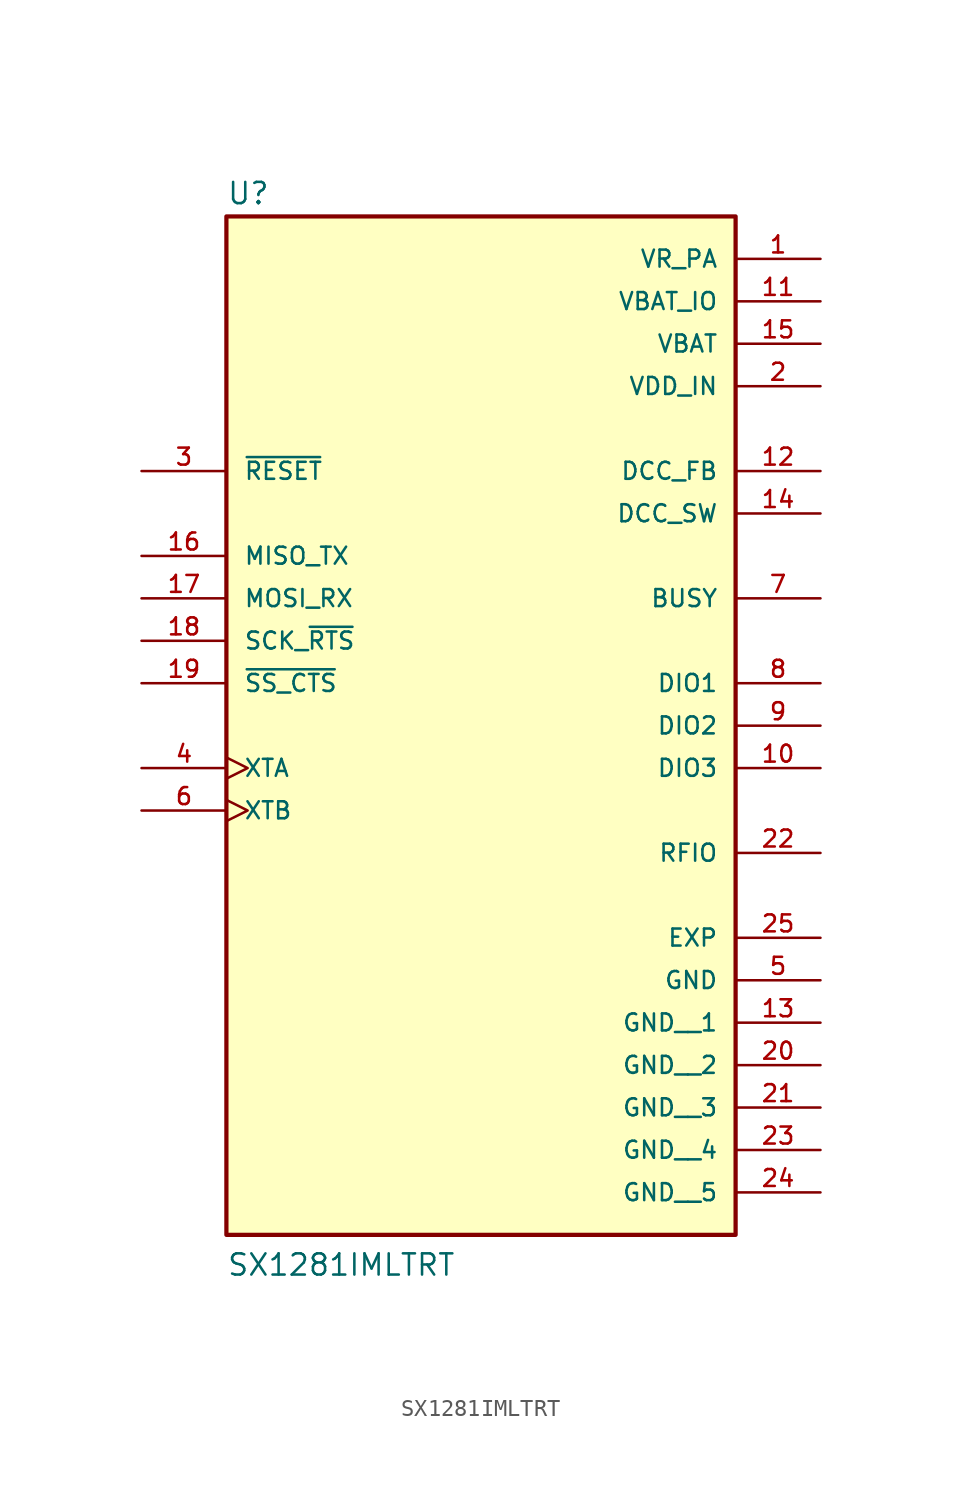
<source format=kicad_sym>
(kicad_symbol_lib
  (version 20211014)
  (generator kicad_symbol_editor)
  (symbol "SX1281IMLTRT"
    (pin_names
      (offset 1.016))
    (property "Reference" "U"
      (at -15.24 23.495 0)
      (effects (font (size 1.27 1.27)) (justify bottom left)))
    (property "Value" "SX1281IMLTRT"
      (at -15.24 -40.64 0)
      (effects (font (size 1.27 1.27)) (justify bottom left)))
    (symbol "SX1281IMLTRT_0_0"
      (rectangle (start -15.24 -38.1) (end 15.24 22.86) (stroke (width 0.254)) (fill (type background)))
      (pin power_in line (at 20.32 -22.86 180.0) (length 5.08) (name "GND" (effects (font (size 1.016 1.016)))) (number "5" (effects (font (size 1.016 1.016)))))
      (pin power_in line (at 20.32 20.32 180.0) (length 5.08) (name "VR_PA" (effects (font (size 1.016 1.016)))) (number "1" (effects (font (size 1.016 1.016)))))
      (pin power_in line (at 20.32 12.7 180.0) (length 5.08) (name "VDD_IN" (effects (font (size 1.016 1.016)))) (number "2" (effects (font (size 1.016 1.016)))))
      (pin power_in line (at 20.32 17.78 180.0) (length 5.08) (name "VBAT_IO" (effects (font (size 1.016 1.016)))) (number "11" (effects (font (size 1.016 1.016)))))
      (pin input line (at -20.32 7.62 0) (length 5.08) (name "~{RESET}" (effects (font (size 1.016 1.016)))) (number "3" (effects (font (size 1.016 1.016)))))
      (pin power_in line (at 20.32 15.24 180.0) (length 5.08) (name "VBAT" (effects (font (size 1.016 1.016)))) (number "15" (effects (font (size 1.016 1.016)))))
      (pin input clock (at -20.32 -10.16 0) (length 5.08) (name "XTA" (effects (font (size 1.016 1.016)))) (number "4" (effects (font (size 1.016 1.016)))))
      (pin passive clock (at -20.32 -12.7 0) (length 5.08) (name "XTB" (effects (font (size 1.016 1.016)))) (number "6" (effects (font (size 1.016 1.016)))))
      (pin output line (at 20.32 7.62 180.0) (length 5.08) (name "DCC_FB" (effects (font (size 1.016 1.016)))) (number "12" (effects (font (size 1.016 1.016)))))
      (pin output line (at 20.32 0.0 180.0) (length 5.08) (name "BUSY" (effects (font (size 1.016 1.016)))) (number "7" (effects (font (size 1.016 1.016)))))
      (pin output line (at 20.32 5.08 180.0) (length 5.08) (name "DCC_SW" (effects (font (size 1.016 1.016)))) (number "14" (effects (font (size 1.016 1.016)))))
      (pin bidirectional line (at 20.32 -5.08 180.0) (length 5.08) (name "DIO1" (effects (font (size 1.016 1.016)))) (number "8" (effects (font (size 1.016 1.016)))))
      (pin output line (at -20.32 2.54 0) (length 5.08) (name "MISO_TX" (effects (font (size 1.016 1.016)))) (number "16" (effects (font (size 1.016 1.016)))))
      (pin bidirectional line (at 20.32 -7.62 180.0) (length 5.08) (name "DIO2" (effects (font (size 1.016 1.016)))) (number "9" (effects (font (size 1.016 1.016)))))
      (pin input line (at -20.32 0.0 0) (length 5.08) (name "MOSI_RX" (effects (font (size 1.016 1.016)))) (number "17" (effects (font (size 1.016 1.016)))))
      (pin bidirectional line (at 20.32 -10.16 180.0) (length 5.08) (name "DIO3" (effects (font (size 1.016 1.016)))) (number "10" (effects (font (size 1.016 1.016)))))
      (pin input line (at -20.32 -2.54 0) (length 5.08) (name "SCK_~{RTS}" (effects (font (size 1.016 1.016)))) (number "18" (effects (font (size 1.016 1.016)))))
      (pin bidirectional line (at 20.32 -15.24 180.0) (length 5.08) (name "RFIO" (effects (font (size 1.016 1.016)))) (number "22" (effects (font (size 1.016 1.016)))))
      (pin input line (at -20.32 -5.08 0) (length 5.08) (name "~{SS_CTS}" (effects (font (size 1.016 1.016)))) (number "19" (effects (font (size 1.016 1.016)))))
      (pin power_in line (at 20.32 -20.32 180.0) (length 5.08) (name "EXP" (effects (font (size 1.016 1.016)))) (number "25" (effects (font (size 1.016 1.016)))))
      (pin power_in line (at 20.32 -25.4 180.0) (length 5.08) (name "GND__1" (effects (font (size 1.016 1.016)))) (number "13" (effects (font (size 1.016 1.016)))))
      (pin power_in line (at 20.32 -27.94 180.0) (length 5.08) (name "GND__2" (effects (font (size 1.016 1.016)))) (number "20" (effects (font (size 1.016 1.016)))))
      (pin power_in line (at 20.32 -30.48 180.0) (length 5.08) (name "GND__3" (effects (font (size 1.016 1.016)))) (number "21" (effects (font (size 1.016 1.016)))))
      (pin power_in line (at 20.32 -33.02 180.0) (length 5.08) (name "GND__4" (effects (font (size 1.016 1.016)))) (number "23" (effects (font (size 1.016 1.016)))))
      (pin power_in line (at 20.32 -35.56 180.0) (length 5.08) (name "GND__5" (effects (font (size 1.016 1.016)))) (number "24" (effects (font (size 1.016 1.016))))))))
</source>
